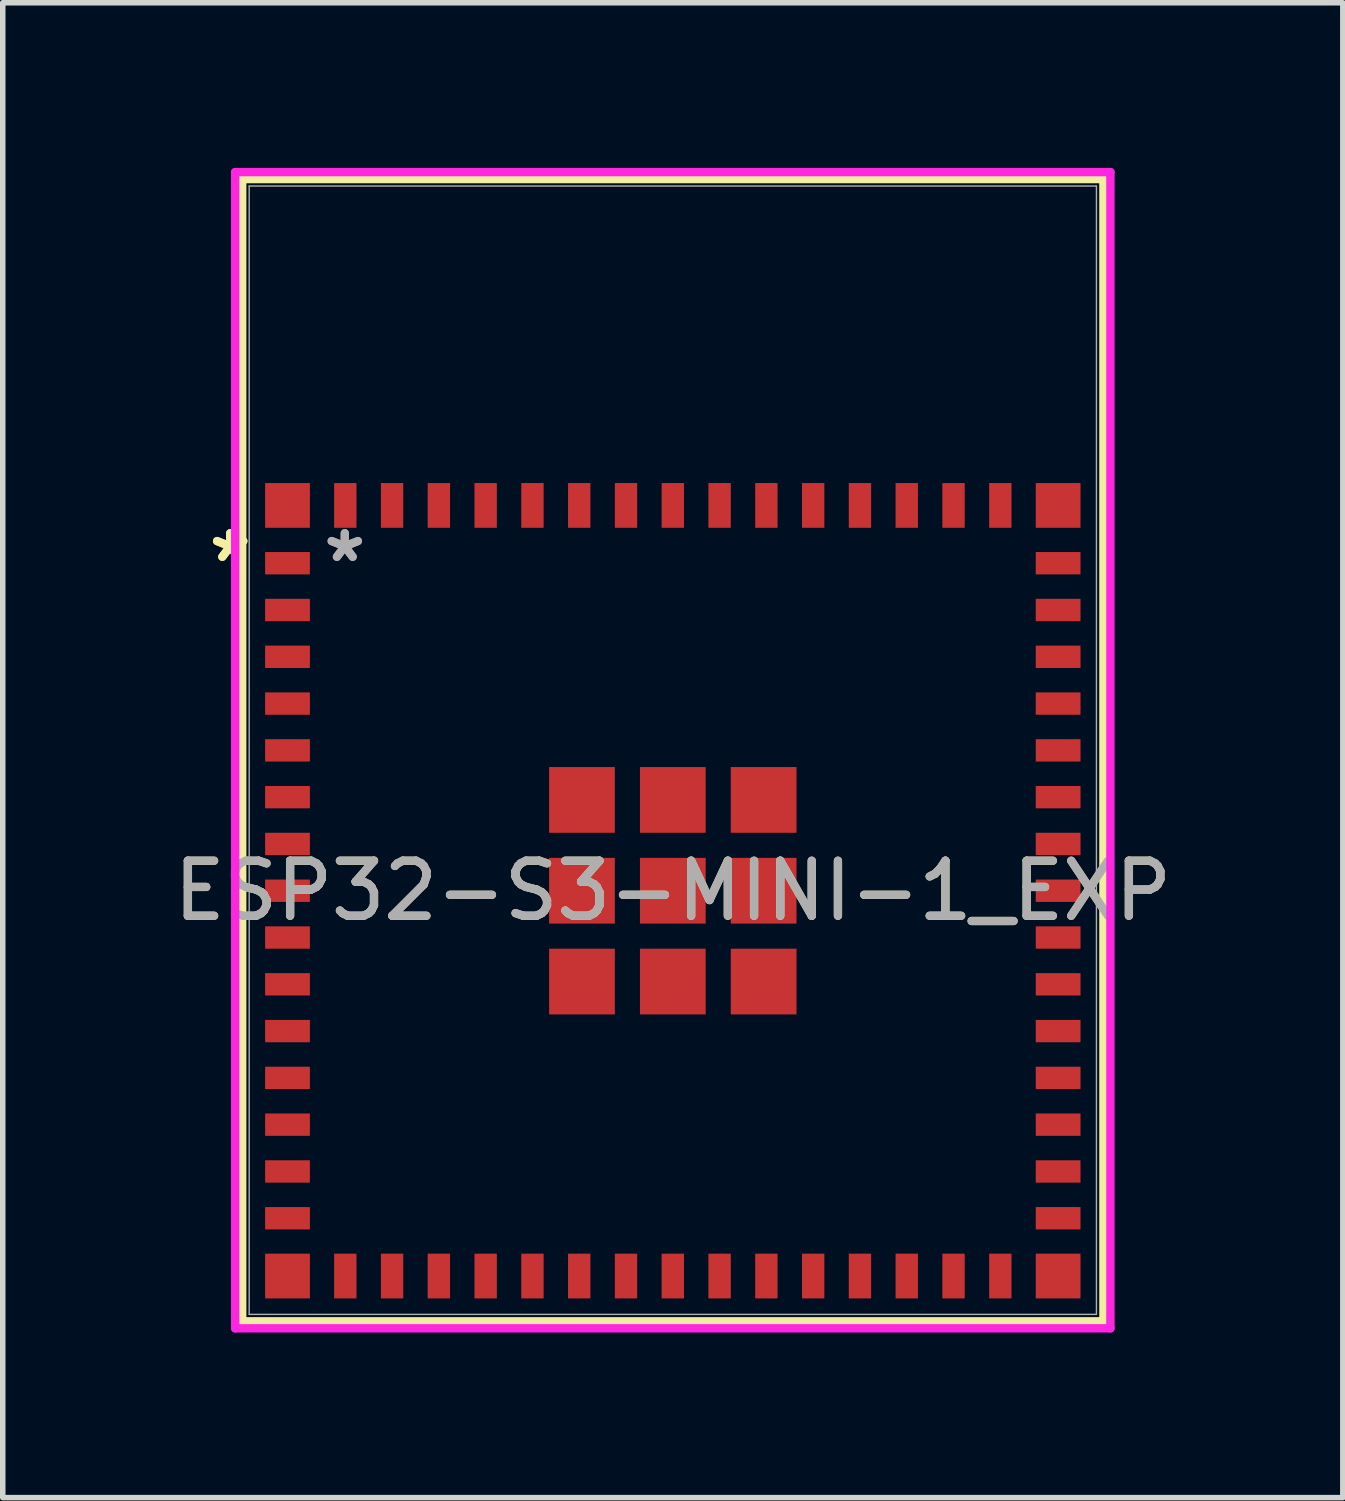
<source format=kicad_pcb>
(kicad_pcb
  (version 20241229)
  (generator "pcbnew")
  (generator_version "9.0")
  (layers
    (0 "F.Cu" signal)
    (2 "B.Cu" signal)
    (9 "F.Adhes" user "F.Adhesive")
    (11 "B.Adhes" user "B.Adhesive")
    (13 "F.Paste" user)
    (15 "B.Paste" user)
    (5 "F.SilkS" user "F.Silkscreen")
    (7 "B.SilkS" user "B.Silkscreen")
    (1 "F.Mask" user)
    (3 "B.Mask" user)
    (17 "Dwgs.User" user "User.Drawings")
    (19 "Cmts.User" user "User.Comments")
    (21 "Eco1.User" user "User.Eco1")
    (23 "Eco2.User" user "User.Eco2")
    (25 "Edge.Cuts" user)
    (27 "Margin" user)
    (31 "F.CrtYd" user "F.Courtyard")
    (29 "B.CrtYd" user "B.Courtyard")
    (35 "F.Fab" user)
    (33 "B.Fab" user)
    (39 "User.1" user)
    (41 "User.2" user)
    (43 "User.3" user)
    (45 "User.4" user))
  (footprint "ESP32-S3-MINI-1_EXP"
    (layer "F.Cu")
    (at 9.173 10.579)
    (property "Reference" "ESP32-S3-MINI-1_EXP" (at 0 2.553 0) (unlocked yes) (layer "F.SilkS") (effects (font (size 1 1) (thickness 0.15))))
    (attr smd)
    (fp_line (start -7.823 -10.376) (end -7.823 10.376) (stroke (width 0.152) (type solid)) (layer "F.SilkS"))
    (fp_line (start -7.823 10.376) (end 7.823 10.376) (stroke (width 0.152) (type solid)) (layer "F.SilkS"))
    (fp_line (start 7.823 -10.376) (end -7.823 -10.376) (stroke (width 0.152) (type solid)) (layer "F.SilkS"))
    (fp_line (start 7.823 10.376) (end 7.823 -10.376) (stroke (width 0.152) (type solid)) (layer "F.SilkS"))
    (fp_poly (pts (xy -7.696 -10.249) (xy -7.696 -5.194) (xy 7.696 -5.194) (xy 7.696 -10.249)) (stroke (width 0.1) (type solid)) (fill no) (layer "Eco2.User"))
    (fp_line (start -7.95 -10.503) (end -7.95 10.503) (stroke (width 0.152) (type solid)) (layer "F.CrtYd"))
    (fp_line (start -7.95 10.503) (end 7.95 10.503) (stroke (width 0.152) (type solid)) (layer "F.CrtYd"))
    (fp_line (start 7.95 -10.503) (end -7.95 -10.503) (stroke (width 0.152) (type solid)) (layer "F.CrtYd"))
    (fp_line (start 7.95 10.503) (end 7.95 -10.503) (stroke (width 0.152) (type solid)) (layer "F.CrtYd"))
    (fp_line (start -7.696 -10.249) (end -7.696 10.249) (stroke (width 0.025) (type solid)) (layer "F.Fab"))
    (fp_line (start -7.696 10.249) (end 7.696 10.249) (stroke (width 0.025) (type solid)) (layer "F.Fab"))
    (fp_line (start 7.696 -10.249) (end -7.696 -10.249) (stroke (width 0.025) (type solid)) (layer "F.Fab"))
    (fp_line (start 7.696 10.249) (end 7.696 -10.249) (stroke (width 0.025) (type solid)) (layer "F.Fab"))
    (fp_text user "*" (at -8.041 -3.397 0) (unlocked yes) (layer "F.SilkS") (effects (font (size 1 1) (thickness 0.15))))
    (fp_text user "*" (at -8.041 -3.397 0) (layer "F.SilkS") (effects (font (size 1 1) (thickness 0.15))))
    (fp_text user "*" (at -5.959 -3.397 0) (layer "F.Fab") (effects (font (size 1 1) (thickness 0.15))))
    (fp_text user "${REFERENCE}" (at 0 2.553 0) (unlocked yes) (layer "F.Fab") (effects (font (size 1 1) (thickness 0.15))))
    (fp_text user "*" (at -5.959 -3.397 0) (unlocked yes) (layer "F.Fab") (effects (font (size 1 1) (thickness 0.15))))
    (pad "1" smd rect (at -7 -3.397) (size 0.813 0.406) (layers "F.Cu" "F.Mask" "F.Paste"))
    (pad "2" smd rect (at -7 -2.547) (size 0.813 0.406) (layers "F.Cu" "F.Mask" "F.Paste"))
    (pad "3" smd rect (at -7 -1.697) (size 0.813 0.406) (layers "F.Cu" "F.Mask" "F.Paste"))
    (pad "4" smd rect (at -7 -0.847) (size 0.813 0.406) (layers "F.Cu" "F.Mask" "F.Paste"))
    (pad "5" smd rect (at -7 0.003) (size 0.813 0.406) (layers "F.Cu" "F.Mask" "F.Paste"))
    (pad "6" smd rect (at -7 0.853) (size 0.813 0.406) (layers "F.Cu" "F.Mask" "F.Paste"))
    (pad "7" smd rect (at -7 1.703) (size 0.813 0.406) (layers "F.Cu" "F.Mask" "F.Paste"))
    (pad "8" smd rect (at -7 2.553) (size 0.813 0.406) (layers "F.Cu" "F.Mask" "F.Paste"))
    (pad "9" smd rect (at -7 3.403) (size 0.813 0.406) (layers "F.Cu" "F.Mask" "F.Paste"))
    (pad "10" smd rect (at -7 4.253) (size 0.813 0.406) (layers "F.Cu" "F.Mask" "F.Paste"))
    (pad "11" smd rect (at -7 5.103) (size 0.813 0.406) (layers "F.Cu" "F.Mask" "F.Paste"))
    (pad "12" smd rect (at -7 5.953) (size 0.813 0.406) (layers "F.Cu" "F.Mask" "F.Paste"))
    (pad "13" smd rect (at -7 6.803) (size 0.813 0.406) (layers "F.Cu" "F.Mask" "F.Paste"))
    (pad "14" smd rect (at -7 7.653) (size 0.813 0.406) (layers "F.Cu" "F.Mask" "F.Paste"))
    (pad "15" smd rect (at -7 8.503) (size 0.813 0.406) (layers "F.Cu" "F.Mask" "F.Paste"))
    (pad "16" smd rect (at -5.95 9.553 90) (size 0.813 0.406) (layers "F.Cu" "F.Mask" "F.Paste"))
    (pad "17" smd rect (at -5.1 9.553 90) (size 0.813 0.406) (layers "F.Cu" "F.Mask" "F.Paste"))
    (pad "18" smd rect (at -4.25 9.553 90) (size 0.813 0.406) (layers "F.Cu" "F.Mask" "F.Paste"))
    (pad "19" smd rect (at -3.4 9.553 90) (size 0.813 0.406) (layers "F.Cu" "F.Mask" "F.Paste"))
    (pad "20" smd rect (at -2.55 9.553 90) (size 0.813 0.406) (layers "F.Cu" "F.Mask" "F.Paste"))
    (pad "21" smd rect (at -1.7 9.553 90) (size 0.813 0.406) (layers "F.Cu" "F.Mask" "F.Paste"))
    (pad "22" smd rect (at -0.85 9.553 90) (size 0.813 0.406) (layers "F.Cu" "F.Mask" "F.Paste"))
    (pad "23" smd rect (at 0 9.553 90) (size 0.813 0.406) (layers "F.Cu" "F.Mask" "F.Paste"))
    (pad "24" smd rect (at 0.85 9.553 90) (size 0.813 0.406) (layers "F.Cu" "F.Mask" "F.Paste"))
    (pad "25" smd rect (at 1.7 9.553 90) (size 0.813 0.406) (layers "F.Cu" "F.Mask" "F.Paste"))
    (pad "26" smd rect (at 2.55 9.553 90) (size 0.813 0.406) (layers "F.Cu" "F.Mask" "F.Paste"))
    (pad "27" smd rect (at 3.4 9.553 90) (size 0.813 0.406) (layers "F.Cu" "F.Mask" "F.Paste"))
    (pad "28" smd rect (at 4.25 9.553 90) (size 0.813 0.406) (layers "F.Cu" "F.Mask" "F.Paste"))
    (pad "29" smd rect (at 5.1 9.553 90) (size 0.813 0.406) (layers "F.Cu" "F.Mask" "F.Paste"))
    (pad "30" smd rect (at 5.95 9.553 90) (size 0.813 0.406) (layers "F.Cu" "F.Mask" "F.Paste"))
    (pad "31" smd rect (at 7 8.503) (size 0.813 0.406) (layers "F.Cu" "F.Mask" "F.Paste"))
    (pad "32" smd rect (at 7 7.653) (size 0.813 0.406) (layers "F.Cu" "F.Mask" "F.Paste"))
    (pad "33" smd rect (at 7 6.803) (size 0.813 0.406) (layers "F.Cu" "F.Mask" "F.Paste"))
    (pad "34" smd rect (at 7 5.953) (size 0.813 0.406) (layers "F.Cu" "F.Mask" "F.Paste"))
    (pad "35" smd rect (at 7 5.103) (size 0.813 0.406) (layers "F.Cu" "F.Mask" "F.Paste"))
    (pad "36" smd rect (at 7 4.253) (size 0.813 0.406) (layers "F.Cu" "F.Mask" "F.Paste"))
    (pad "37" smd rect (at 7 3.403) (size 0.813 0.406) (layers "F.Cu" "F.Mask" "F.Paste"))
    (pad "38" smd rect (at 7 2.553) (size 0.813 0.406) (layers "F.Cu" "F.Mask" "F.Paste"))
    (pad "39" smd rect (at 7 1.703) (size 0.813 0.406) (layers "F.Cu" "F.Mask" "F.Paste"))
    (pad "40" smd rect (at 7 0.853) (size 0.813 0.406) (layers "F.Cu" "F.Mask" "F.Paste"))
    (pad "41" smd rect (at 7 0.003) (size 0.813 0.406) (layers "F.Cu" "F.Mask" "F.Paste"))
    (pad "42" smd rect (at 7 -0.847) (size 0.813 0.406) (layers "F.Cu" "F.Mask" "F.Paste"))
    (pad "43" smd rect (at 7 -1.697) (size 0.813 0.406) (layers "F.Cu" "F.Mask" "F.Paste"))
    (pad "44" smd rect (at 7 -2.547) (size 0.813 0.406) (layers "F.Cu" "F.Mask" "F.Paste"))
    (pad "45" smd rect (at 7 -3.397) (size 0.813 0.406) (layers "F.Cu" "F.Mask" "F.Paste"))
    (pad "46" smd rect (at 5.95 -4.447 90) (size 0.813 0.406) (layers "F.Cu" "F.Mask" "F.Paste"))
    (pad "47" smd rect (at 5.1 -4.447 90) (size 0.813 0.406) (layers "F.Cu" "F.Mask" "F.Paste"))
    (pad "48" smd rect (at 4.25 -4.447 90) (size 0.813 0.406) (layers "F.Cu" "F.Mask" "F.Paste"))
    (pad "49" smd rect (at 3.4 -4.447 90) (size 0.813 0.406) (layers "F.Cu" "F.Mask" "F.Paste"))
    (pad "50" smd rect (at 2.55 -4.447 90) (size 0.813 0.406) (layers "F.Cu" "F.Mask" "F.Paste"))
    (pad "51" smd rect (at 1.7 -4.447 90) (size 0.813 0.406) (layers "F.Cu" "F.Mask" "F.Paste"))
    (pad "52" smd rect (at 0.85 -4.447 90) (size 0.813 0.406) (layers "F.Cu" "F.Mask" "F.Paste"))
    (pad "53" smd rect (at 0 -4.447 90) (size 0.813 0.406) (layers "F.Cu" "F.Mask" "F.Paste"))
    (pad "54" smd rect (at -0.85 -4.447 90) (size 0.813 0.406) (layers "F.Cu" "F.Mask" "F.Paste"))
    (pad "55" smd rect (at -1.7 -4.447 90) (size 0.813 0.406) (layers "F.Cu" "F.Mask" "F.Paste"))
    (pad "56" smd rect (at -2.55 -4.447 90) (size 0.813 0.406) (layers "F.Cu" "F.Mask" "F.Paste"))
    (pad "57" smd rect (at -3.4 -4.447 90) (size 0.813 0.406) (layers "F.Cu" "F.Mask" "F.Paste"))
    (pad "58" smd rect (at -4.25 -4.447 90) (size 0.813 0.406) (layers "F.Cu" "F.Mask" "F.Paste"))
    (pad "59" smd rect (at -5.1 -4.447 90) (size 0.813 0.406) (layers "F.Cu" "F.Mask" "F.Paste"))
    (pad "60" smd rect (at -5.95 -4.447 90) (size 0.813 0.406) (layers "F.Cu" "F.Mask" "F.Paste"))
    (pad "61" smd rect (at 0 2.553) (size 1.194 1.194) (layers "F.Cu" "F.Mask" "F.Paste"))
    (pad "62" smd rect (at -7 -4.447) (size 0.813 0.813) (layers "F.Cu" "F.Mask" "F.Paste"))
    (pad "63" smd rect (at -7 9.553) (size 0.813 0.813) (layers "F.Cu" "F.Mask" "F.Paste"))
    (pad "64" smd rect (at 7 9.553) (size 0.813 0.813) (layers "F.Cu" "F.Mask" "F.Paste"))
    (pad "65" smd rect (at 7 -4.447) (size 0.813 0.813) (layers "F.Cu" "F.Mask" "F.Paste"))
    (pad "66" smd rect (at -1.65 0.903) (size 1.194 1.194) (layers "F.Cu" "F.Mask" "F.Paste"))
    (pad "67" smd rect (at -1.65 2.553) (size 1.194 1.194) (layers "F.Cu" "F.Mask" "F.Paste"))
    (pad "68" smd rect (at -1.65 4.203) (size 1.194 1.194) (layers "F.Cu" "F.Mask" "F.Paste"))
    (pad "69" smd rect (at 0 4.203) (size 1.194 1.194) (layers "F.Cu" "F.Mask" "F.Paste"))
    (pad "70" smd rect (at 1.65 4.203) (size 1.194 1.194) (layers "F.Cu" "F.Mask" "F.Paste"))
    (pad "71" smd rect (at 1.65 2.553) (size 1.194 1.194) (layers "F.Cu" "F.Mask" "F.Paste"))
    (pad "72" smd rect (at 1.65 0.903) (size 1.194 1.194) (layers "F.Cu" "F.Mask" "F.Paste"))
    (pad "73" smd rect (at 0 0.903) (size 1.194 1.194) (layers "F.Cu" "F.Mask" "F.Paste")))
  (gr_rect
    (start -3 -3)
    (end 21.345 24.158)
    (stroke (width 0.1) (type default))
    (fill no)
    (layer "Edge.Cuts")))
</source>
